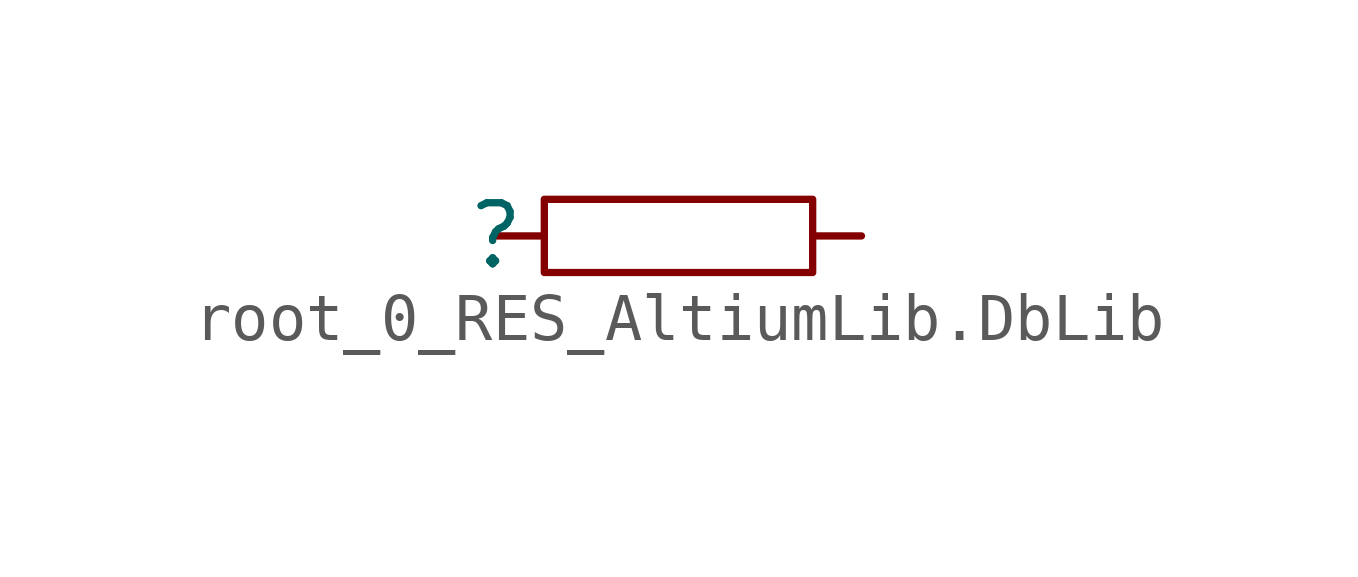
<source format=kicad_sym>
(kicad_symbol_lib
  (version 20241209)
  (generator "kicad_symbol_editor")
  (generator_version "9.0")
  (symbol "root_0_RES_AltiumLib.DbLib"
    (pin_numbers
      (hide yes))
    (pin_names
      (hide yes))
    (property "Reference" ""
      (at 0 0 0)
      (effects (font (size 1.27 1.27))))
    (property "Value" ""
      (at 0 0 0)
      (effects (font (size 1.27 1.27))))
    (symbol "root_0_RES_AltiumLib.DbLib_1_0"
      (polyline (pts (xy 6.604 0.762) (xy 1.016 0.762) (xy 1.016 -0.762) (xy 6.604 -0.762) (xy 6.604 0.762)) (stroke (width 0) (type solid)) (fill (type none)))
      (pin passive line (at 0 0 0) (length 1.016) (name "1" (effects (font (size 1.27 1.27)))) (number "1" (effects (font (size 1.27 1.27)))))
      (pin passive line (at 7.62 0 180) (length 1.016) (name "2" (effects (font (size 1.27 1.27)))) (number "2" (effects (font (size 1.27 1.27))))))))
</source>
